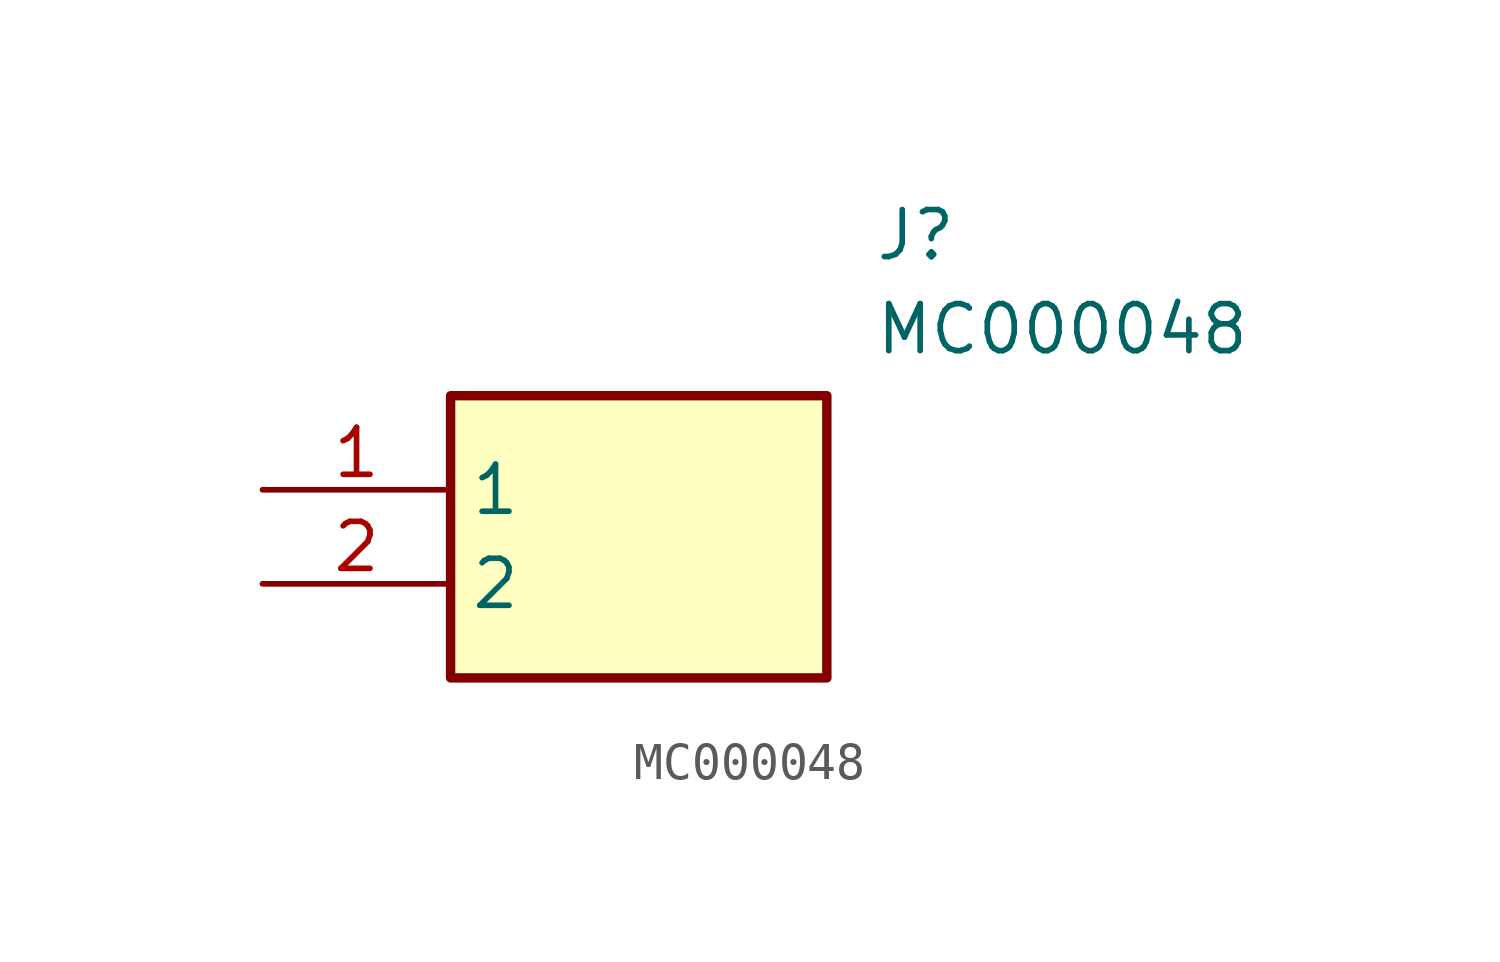
<source format=kicad_sym>
(kicad_symbol_lib
  (version 20211014)
  (generator SamacSys_ECAD_Model)
  (symbol "MC000048"
    (property "Reference" "J"
      (at 16.51 7.62 0)
      (effects (font (size 1.27 1.27)) (justify left top)))
    (property "Value" "MC000048"
      (at 16.51 5.08 0)
      (effects (font (size 1.27 1.27)) (justify left top)))
    (rectangle
      (start 5.08 2.54)
      (end 15.24 -5.08)
      (stroke (width 0.254) (type default))
      (fill (type background)))
    (pin passive line
      (at 0 0 0)
      (length 5.08)
      (name "1" (effects (font (size 1.27 1.27))))
      (number "1" (effects (font (size 1.27 1.27)))))
    (pin passive line
      (at 0 -2.54 0)
      (length 5.08)
      (name "2" (effects (font (size 1.27 1.27))))
      (number "2" (effects (font (size 1.27 1.27)))))))
</source>
